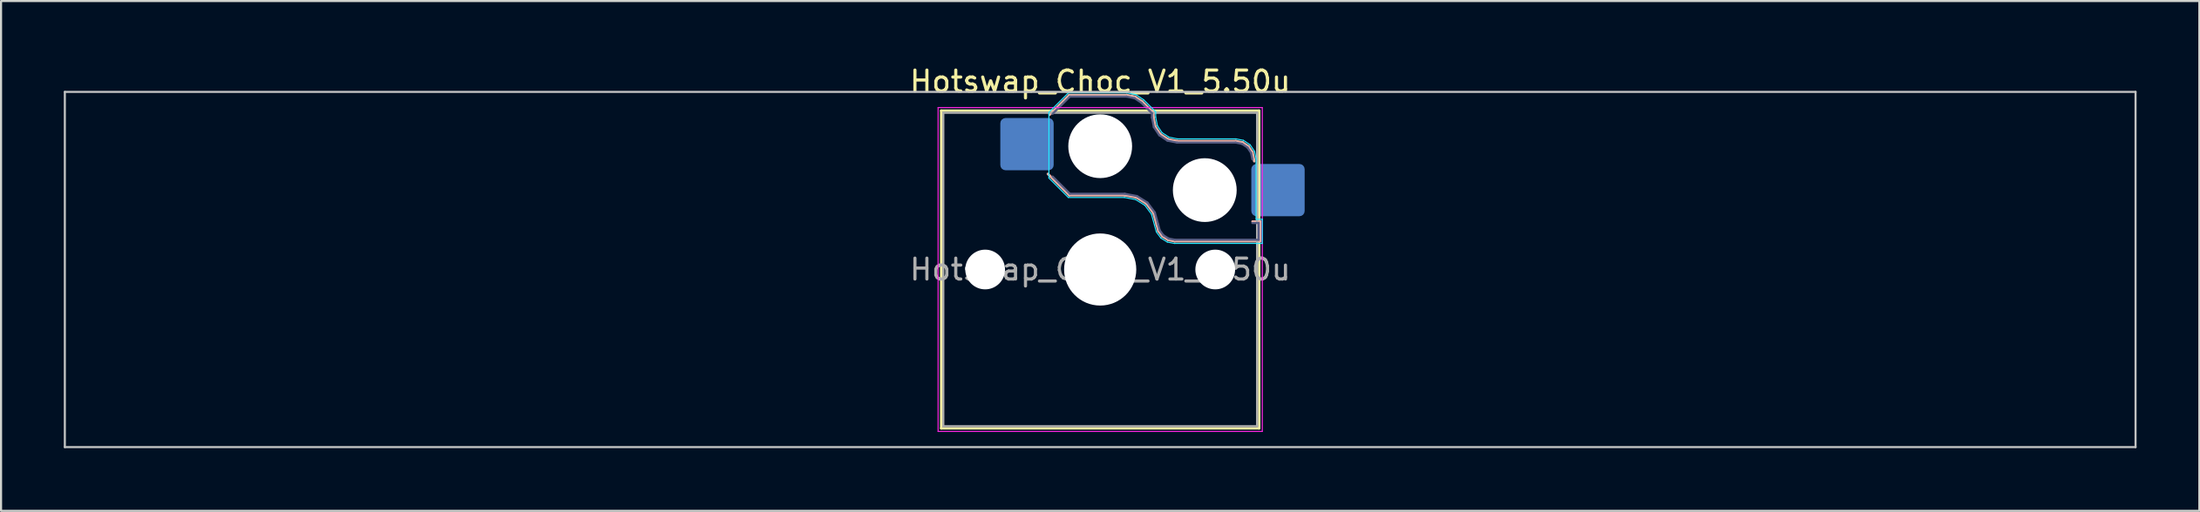
<source format=kicad_pcb>
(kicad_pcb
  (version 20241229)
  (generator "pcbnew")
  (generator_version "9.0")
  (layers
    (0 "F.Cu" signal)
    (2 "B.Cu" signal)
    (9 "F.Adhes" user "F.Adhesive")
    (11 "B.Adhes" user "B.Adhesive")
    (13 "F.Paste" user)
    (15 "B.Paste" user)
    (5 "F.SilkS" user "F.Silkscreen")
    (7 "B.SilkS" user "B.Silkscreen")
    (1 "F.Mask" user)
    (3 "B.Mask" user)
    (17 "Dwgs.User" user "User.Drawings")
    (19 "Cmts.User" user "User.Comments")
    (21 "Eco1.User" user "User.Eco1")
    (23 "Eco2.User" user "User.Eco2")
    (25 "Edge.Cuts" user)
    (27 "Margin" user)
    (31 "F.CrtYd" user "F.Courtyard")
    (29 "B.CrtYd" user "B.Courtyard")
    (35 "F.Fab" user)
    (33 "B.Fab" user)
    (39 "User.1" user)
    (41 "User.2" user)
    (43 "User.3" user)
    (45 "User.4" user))
  (footprint "Hotswap_Choc_V1_5.50u"
    (layer "F.Cu")
    (at 49.55 9.848)
    (property "Reference" "Hotswap_Choc_V1_5.50u" (at 0 -9 0) (layer "F.SilkS") (effects (font (size 1 1) (thickness 0.15))))
    (attr smd)
    (fp_line (start -7.6 -7.6) (end -7.6 7.6) (stroke (width 0.12) (type solid)) (layer "F.SilkS"))
    (fp_line (start -7.6 7.6) (end 7.6 7.6) (stroke (width 0.12) (type solid)) (layer "F.SilkS"))
    (fp_line (start 7.6 -7.6) (end -7.6 -7.6) (stroke (width 0.12) (type solid)) (layer "F.SilkS"))
    (fp_line (start 7.6 7.6) (end 7.6 -7.6) (stroke (width 0.12) (type solid)) (layer "F.SilkS"))
    (fp_line (start -2.416 -7.409) (end -1.479 -8.346) (stroke (width 0.12) (type solid)) (layer "B.SilkS"))
    (fp_line (start -1.479 -8.346) (end 1.268 -8.346) (stroke (width 0.12) (type solid)) (layer "B.SilkS"))
    (fp_line (start -1.479 -3.554) (end -2.5 -4.575) (stroke (width 0.12) (type solid)) (layer "B.SilkS"))
    (fp_line (start 1.168 -3.554) (end -1.479 -3.554) (stroke (width 0.12) (type solid)) (layer "B.SilkS"))
    (fp_line (start 1.268 -8.346) (end 1.671 -8.266) (stroke (width 0.12) (type solid)) (layer "B.SilkS"))
    (fp_line (start 1.671 -8.266) (end 2.013 -8.037) (stroke (width 0.12) (type solid)) (layer "B.SilkS"))
    (fp_line (start 1.73 -3.449) (end 1.168 -3.554) (stroke (width 0.12) (type solid)) (layer "B.SilkS"))
    (fp_line (start 2.013 -8.037) (end 2.546 -7.504) (stroke (width 0.12) (type solid)) (layer "B.SilkS"))
    (fp_line (start 2.209 -3.15) (end 1.73 -3.449) (stroke (width 0.12) (type solid)) (layer "B.SilkS"))
    (fp_line (start 2.546 -7.504) (end 2.546 -7.282) (stroke (width 0.12) (type solid)) (layer "B.SilkS"))
    (fp_line (start 2.546 -7.282) (end 2.633 -6.844) (stroke (width 0.12) (type solid)) (layer "B.SilkS"))
    (fp_line (start 2.547 -2.697) (end 2.209 -3.15) (stroke (width 0.12) (type solid)) (layer "B.SilkS"))
    (fp_line (start 2.633 -6.844) (end 2.877 -6.477) (stroke (width 0.12) (type solid)) (layer "B.SilkS"))
    (fp_line (start 2.701 -2.139) (end 2.547 -2.697) (stroke (width 0.12) (type solid)) (layer "B.SilkS"))
    (fp_line (start 2.783 -1.841) (end 2.701 -2.139) (stroke (width 0.12) (type solid)) (layer "B.SilkS"))
    (fp_line (start 2.877 -6.477) (end 3.244 -6.233) (stroke (width 0.12) (type solid)) (layer "B.SilkS"))
    (fp_line (start 2.976 -1.583) (end 2.783 -1.841) (stroke (width 0.12) (type solid)) (layer "B.SilkS"))
    (fp_line (start 3.244 -6.233) (end 3.682 -6.146) (stroke (width 0.12) (type solid)) (layer "B.SilkS"))
    (fp_line (start 3.25 -1.413) (end 2.976 -1.583) (stroke (width 0.12) (type solid)) (layer "B.SilkS"))
    (fp_line (start 3.56 -1.354) (end 3.25 -1.413) (stroke (width 0.12) (type solid)) (layer "B.SilkS"))
    (fp_line (start 3.682 -6.146) (end 6.482 -6.146) (stroke (width 0.12) (type solid)) (layer "B.SilkS"))
    (fp_line (start 6.482 -6.146) (end 6.809 -6.081) (stroke (width 0.12) (type solid)) (layer "B.SilkS"))
    (fp_line (start 6.809 -6.081) (end 7.092 -5.892) (stroke (width 0.12) (type solid)) (layer "B.SilkS"))
    (fp_line (start 7.092 -5.892) (end 7.281 -5.609) (stroke (width 0.12) (type solid)) (layer "B.SilkS"))
    (fp_line (start 7.281 -5.609) (end 7.366 -5.182) (stroke (width 0.12) (type solid)) (layer "B.SilkS"))
    (fp_line (start 7.283 -2.296) (end 7.646 -2.296) (stroke (width 0.12) (type solid)) (layer "B.SilkS"))
    (fp_line (start 7.646 -2.296) (end 7.646 -1.354) (stroke (width 0.12) (type solid)) (layer "B.SilkS"))
    (fp_line (start 7.646 -1.354) (end 3.56 -1.354) (stroke (width 0.12) (type solid)) (layer "B.SilkS"))
    (fp_line (start -49.5 -8.5) (end -49.5 8.5) (stroke (width 0.1) (type solid)) (layer "Dwgs.User"))
    (fp_line (start -49.5 8.5) (end 49.5 8.5) (stroke (width 0.1) (type solid)) (layer "Dwgs.User"))
    (fp_line (start 49.5 -8.5) (end -49.5 -8.5) (stroke (width 0.1) (type solid)) (layer "Dwgs.User"))
    (fp_line (start 49.5 8.5) (end 49.5 -8.5) (stroke (width 0.1) (type solid)) (layer "Dwgs.User"))
    (fp_line (start -7.25 -7.25) (end -7.25 7.25) (stroke (width 0.1) (type solid)) (layer "Eco1.User"))
    (fp_line (start -7.25 7.25) (end 7.25 7.25) (stroke (width 0.1) (type solid)) (layer "Eco1.User"))
    (fp_line (start 7.25 -7.25) (end -7.25 -7.25) (stroke (width 0.1) (type solid)) (layer "Eco1.User"))
    (fp_line (start 7.25 7.25) (end 7.25 -7.25) (stroke (width 0.1) (type solid)) (layer "Eco1.User"))
    (fp_line (start -2.452 -7.523) (end -1.523 -8.452) (stroke (width 0.05) (type solid)) (layer "B.CrtYd"))
    (fp_line (start -2.452 -4.377) (end -2.452 -7.523) (stroke (width 0.05) (type solid)) (layer "B.CrtYd"))
    (fp_line (start -1.523 -8.452) (end 1.278 -8.452) (stroke (width 0.05) (type solid)) (layer "B.CrtYd"))
    (fp_line (start -1.523 -3.448) (end -2.452 -4.377) (stroke (width 0.05) (type solid)) (layer "B.CrtYd"))
    (fp_line (start 1.159 -3.448) (end -1.523 -3.448) (stroke (width 0.05) (type solid)) (layer "B.CrtYd"))
    (fp_line (start 1.278 -8.452) (end 1.712 -8.366) (stroke (width 0.05) (type solid)) (layer "B.CrtYd"))
    (fp_line (start 1.691 -3.348) (end 1.159 -3.448) (stroke (width 0.05) (type solid)) (layer "B.CrtYd"))
    (fp_line (start 1.712 -8.366) (end 2.081 -8.119) (stroke (width 0.05) (type solid)) (layer "B.CrtYd"))
    (fp_line (start 2.081 -8.119) (end 2.652 -7.548) (stroke (width 0.05) (type solid)) (layer "B.CrtYd"))
    (fp_line (start 2.136 -3.071) (end 1.691 -3.348) (stroke (width 0.05) (type solid)) (layer "B.CrtYd"))
    (fp_line (start 2.45 -2.65) (end 2.136 -3.071) (stroke (width 0.05) (type solid)) (layer "B.CrtYd"))
    (fp_line (start 2.599 -2.111) (end 2.45 -2.65) (stroke (width 0.05) (type solid)) (layer "B.CrtYd"))
    (fp_line (start 2.652 -7.548) (end 2.652 -7.292) (stroke (width 0.05) (type solid)) (layer "B.CrtYd"))
    (fp_line (start 2.652 -7.292) (end 2.733 -6.885) (stroke (width 0.05) (type solid)) (layer "B.CrtYd"))
    (fp_line (start 2.687 -1.794) (end 2.599 -2.111) (stroke (width 0.05) (type solid)) (layer "B.CrtYd"))
    (fp_line (start 2.733 -6.885) (end 2.953 -6.553) (stroke (width 0.05) (type solid)) (layer "B.CrtYd"))
    (fp_line (start 2.903 -1.503) (end 2.687 -1.794) (stroke (width 0.05) (type solid)) (layer "B.CrtYd"))
    (fp_line (start 2.953 -6.553) (end 3.285 -6.333) (stroke (width 0.05) (type solid)) (layer "B.CrtYd"))
    (fp_line (start 3.211 -1.312) (end 2.903 -1.503) (stroke (width 0.05) (type solid)) (layer "B.CrtYd"))
    (fp_line (start 3.285 -6.333) (end 3.692 -6.252) (stroke (width 0.05) (type solid)) (layer "B.CrtYd"))
    (fp_line (start 3.55 -1.248) (end 3.211 -1.312) (stroke (width 0.05) (type solid)) (layer "B.CrtYd"))
    (fp_line (start 3.692 -6.252) (end 6.492 -6.252) (stroke (width 0.05) (type solid)) (layer "B.CrtYd"))
    (fp_line (start 6.492 -6.252) (end 6.85 -6.181) (stroke (width 0.05) (type solid)) (layer "B.CrtYd"))
    (fp_line (start 6.85 -6.181) (end 7.168 -5.968) (stroke (width 0.05) (type solid)) (layer "B.CrtYd"))
    (fp_line (start 7.168 -5.968) (end 7.381 -5.65) (stroke (width 0.05) (type solid)) (layer "B.CrtYd"))
    (fp_line (start 7.381 -5.65) (end 7.452 -5.292) (stroke (width 0.05) (type solid)) (layer "B.CrtYd"))
    (fp_line (start 7.452 -5.292) (end 7.452 -2.402) (stroke (width 0.05) (type solid)) (layer "B.CrtYd"))
    (fp_line (start 7.452 -2.402) (end 7.752 -2.402) (stroke (width 0.05) (type solid)) (layer "B.CrtYd"))
    (fp_line (start 7.752 -2.402) (end 7.752 -1.248) (stroke (width 0.05) (type solid)) (layer "B.CrtYd"))
    (fp_line (start 7.752 -1.248) (end 3.55 -1.248) (stroke (width 0.05) (type solid)) (layer "B.CrtYd"))
    (fp_line (start -7.75 -7.75) (end -7.75 7.75) (stroke (width 0.05) (type solid)) (layer "F.CrtYd"))
    (fp_line (start -7.75 7.75) (end 7.75 7.75) (stroke (width 0.05) (type solid)) (layer "F.CrtYd"))
    (fp_line (start 7.75 -7.75) (end -7.75 -7.75) (stroke (width 0.05) (type solid)) (layer "F.CrtYd"))
    (fp_line (start 7.75 7.75) (end 7.75 -7.75) (stroke (width 0.05) (type solid)) (layer "F.CrtYd"))
    (fp_line (start -2.275 -7.45) (end -1.45 -8.275) (stroke (width 0.1) (type solid)) (layer "B.Fab"))
    (fp_line (start -1.45 -8.275) (end 1.261 -8.275) (stroke (width 0.1) (type solid)) (layer "B.Fab"))
    (fp_line (start -1.45 -3.625) (end -2.275 -4.45) (stroke (width 0.1) (type solid)) (layer "B.Fab"))
    (fp_line (start 1.175 -3.625) (end -1.45 -3.625) (stroke (width 0.1) (type solid)) (layer "B.Fab"))
    (fp_line (start 1.261 -8.275) (end 1.643 -8.199) (stroke (width 0.1) (type solid)) (layer "B.Fab"))
    (fp_line (start 1.643 -8.199) (end 1.968 -7.982) (stroke (width 0.1) (type solid)) (layer "B.Fab"))
    (fp_line (start 1.756 -3.516) (end 1.175 -3.625) (stroke (width 0.1) (type solid)) (layer "B.Fab"))
    (fp_line (start 1.968 -7.982) (end 2.475 -7.475) (stroke (width 0.1) (type solid)) (layer "B.Fab"))
    (fp_line (start 2.258 -3.203) (end 1.756 -3.516) (stroke (width 0.1) (type solid)) (layer "B.Fab"))
    (fp_line (start 2.475 -7.475) (end 2.475 -7.275) (stroke (width 0.1) (type solid)) (layer "B.Fab"))
    (fp_line (start 2.475 -7.275) (end 2.566 -6.816) (stroke (width 0.1) (type solid)) (layer "B.Fab"))
    (fp_line (start 2.566 -6.816) (end 2.826 -6.426) (stroke (width 0.1) (type solid)) (layer "B.Fab"))
    (fp_line (start 2.612 -2.729) (end 2.258 -3.203) (stroke (width 0.1) (type solid)) (layer "B.Fab"))
    (fp_line (start 2.769 -2.158) (end 2.612 -2.729) (stroke (width 0.1) (type solid)) (layer "B.Fab"))
    (fp_line (start 2.826 -6.426) (end 3.216 -6.166) (stroke (width 0.1) (type solid)) (layer "B.Fab"))
    (fp_line (start 2.848 -1.873) (end 2.769 -2.158) (stroke (width 0.1) (type solid)) (layer "B.Fab"))
    (fp_line (start 3.025 -1.636) (end 2.848 -1.873) (stroke (width 0.1) (type solid)) (layer "B.Fab"))
    (fp_line (start 3.216 -6.166) (end 3.675 -6.075) (stroke (width 0.1) (type solid)) (layer "B.Fab"))
    (fp_line (start 3.276 -1.48) (end 3.025 -1.636) (stroke (width 0.1) (type solid)) (layer "B.Fab"))
    (fp_line (start 3.567 -1.425) (end 3.276 -1.48) (stroke (width 0.1) (type solid)) (layer "B.Fab"))
    (fp_line (start 3.675 -6.075) (end 6.475 -6.075) (stroke (width 0.1) (type solid)) (layer "B.Fab"))
    (fp_line (start 6.475 -6.075) (end 6.781 -6.014) (stroke (width 0.1) (type solid)) (layer "B.Fab"))
    (fp_line (start 6.781 -6.014) (end 7.041 -5.841) (stroke (width 0.1) (type solid)) (layer "B.Fab"))
    (fp_line (start 7.041 -5.841) (end 7.214 -5.581) (stroke (width 0.1) (type solid)) (layer "B.Fab"))
    (fp_line (start 7.214 -5.581) (end 7.275 -5.275) (stroke (width 0.1) (type solid)) (layer "B.Fab"))
    (fp_line (start 7.275 -2.225) (end 7.575 -2.225) (stroke (width 0.1) (type solid)) (layer "B.Fab"))
    (fp_line (start 7.575 -2.225) (end 7.575 -1.425) (stroke (width 0.1) (type solid)) (layer "B.Fab"))
    (fp_line (start 7.575 -1.425) (end 3.567 -1.425) (stroke (width 0.1) (type solid)) (layer "B.Fab"))
    (fp_line (start -7.5 -7.5) (end -7.5 7.5) (stroke (width 0.1) (type solid)) (layer "F.Fab"))
    (fp_line (start -7.5 7.5) (end 7.5 7.5) (stroke (width 0.1) (type solid)) (layer "F.Fab"))
    (fp_line (start 7.5 -7.5) (end -7.5 -7.5) (stroke (width 0.1) (type solid)) (layer "F.Fab"))
    (fp_line (start 7.5 7.5) (end 7.5 -7.5) (stroke (width 0.1) (type solid)) (layer "F.Fab"))
    (fp_text user "${REFERENCE}" (at 0 0 0) (layer "F.Fab") (effects (font (size 1 1) (thickness 0.15))))
    (pad "" np_thru_hole circle (at -5.5 0) (size 1.9 1.9) (drill 1.9) (layers "*.Cu" "*.Mask"))
    (pad "" np_thru_hole circle (at 0 -5.9) (size 3.05 3.05) (drill 3.05) (layers "*.Cu" "*.Mask"))
    (pad "" np_thru_hole circle (at 0 0) (size 3.45 3.45) (drill 3.45) (layers "*.Cu" "*.Mask"))
    (pad "" np_thru_hole circle (at 5 -3.8) (size 3.05 3.05) (drill 3.05) (layers "*.Cu" "*.Mask"))
    (pad "" np_thru_hole circle (at 5.5 0) (size 1.9 1.9) (drill 1.9) (layers "*.Cu" "*.Mask"))
    (pad "1" smd roundrect (at -3.5 -6) (size 2.55 2.5) (layers "B.Cu" "B.Mask" "B.Paste") (roundrect_rratio 0.1))
    (pad "2" smd roundrect (at 8.5 -3.8) (size 2.55 2.5) (layers "B.Cu" "B.Mask" "B.Paste") (roundrect_rratio 0.1)))
  (gr_rect
    (start -3 -3)
    (end 102.1 21.398)
    (stroke (width 0.1) (type default))
    (fill no)
    (layer "Edge.Cuts")))
</source>
